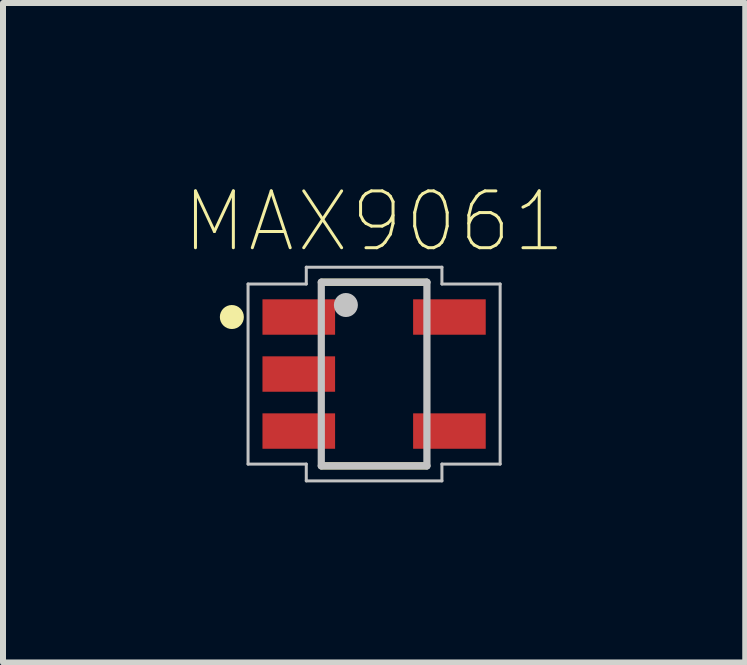
<source format=kicad_pcb>
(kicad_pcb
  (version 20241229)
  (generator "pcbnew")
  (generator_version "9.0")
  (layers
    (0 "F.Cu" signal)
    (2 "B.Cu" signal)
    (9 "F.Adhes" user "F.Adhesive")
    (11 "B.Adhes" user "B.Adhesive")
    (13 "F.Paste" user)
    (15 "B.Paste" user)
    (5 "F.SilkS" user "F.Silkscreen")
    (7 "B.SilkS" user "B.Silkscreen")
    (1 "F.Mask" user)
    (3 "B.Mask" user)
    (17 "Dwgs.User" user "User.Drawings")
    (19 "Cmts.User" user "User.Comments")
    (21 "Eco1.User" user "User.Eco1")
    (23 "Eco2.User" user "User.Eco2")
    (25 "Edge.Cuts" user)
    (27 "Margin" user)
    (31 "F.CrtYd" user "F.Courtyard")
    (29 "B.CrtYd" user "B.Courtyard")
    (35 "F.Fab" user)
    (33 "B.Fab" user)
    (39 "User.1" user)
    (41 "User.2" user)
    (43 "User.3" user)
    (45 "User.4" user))
  (footprint "MAX9061"
    (layer "F.Cu")
    (at 3.183 3.182)
    (property "Reference" "MAX9061" (at 0 -2.54 0) (layer "F.SilkS") (effects (font (size 0.947 0.947) (thickness 0.05))))
    (attr smd)
    (fp_line (start -0.875 -1.53) (end 0.875 -1.53) (stroke (width 0.12) (type solid)) (layer "F.SilkS"))
    (fp_line (start -0.875 1.53) (end 0.875 1.53) (stroke (width 0.12) (type solid)) (layer "F.SilkS"))
    (fp_circle (center -2.37 -0.95) (end -2.27 -0.95) (stroke (width 0.2) (type solid)) (fill no) (layer "F.SilkS"))
    (fp_line (start -2.1 -1.5) (end -2.1 1.5) (stroke (width 0.05) (type solid)) (layer "Dwgs.User"))
    (fp_line (start -2.1 1.5) (end -1.13 1.5) (stroke (width 0.05) (type solid)) (layer "Dwgs.User"))
    (fp_line (start -1.13 -1.78) (end -1.13 -1.5) (stroke (width 0.05) (type solid)) (layer "Dwgs.User"))
    (fp_line (start -1.13 -1.5) (end -2.1 -1.5) (stroke (width 0.05) (type solid)) (layer "Dwgs.User"))
    (fp_line (start -1.13 1.5) (end -1.13 1.78) (stroke (width 0.05) (type solid)) (layer "Dwgs.User"))
    (fp_line (start -1.13 1.78) (end 1.13 1.78) (stroke (width 0.05) (type solid)) (layer "Dwgs.User"))
    (fp_line (start -0.88 -1.53) (end 0.88 -1.53) (stroke (width 0.12) (type solid)) (layer "Dwgs.User"))
    (fp_line (start -0.88 1.53) (end -0.88 -1.53) (stroke (width 0.12) (type solid)) (layer "Dwgs.User"))
    (fp_line (start -0.88 1.53) (end 0.88 1.53) (stroke (width 0.12) (type solid)) (layer "Dwgs.User"))
    (fp_line (start 0.88 -1.53) (end 0.88 1.53) (stroke (width 0.12) (type solid)) (layer "Dwgs.User"))
    (fp_line (start 1.13 -1.78) (end -1.13 -1.78) (stroke (width 0.05) (type solid)) (layer "Dwgs.User"))
    (fp_line (start 1.13 -1.5) (end 1.13 -1.78) (stroke (width 0.05) (type solid)) (layer "Dwgs.User"))
    (fp_line (start 1.13 1.5) (end 2.1 1.5) (stroke (width 0.05) (type solid)) (layer "Dwgs.User"))
    (fp_line (start 1.13 1.78) (end 1.13 1.5) (stroke (width 0.05) (type solid)) (layer "Dwgs.User"))
    (fp_line (start 2.1 -1.5) (end 1.13 -1.5) (stroke (width 0.05) (type solid)) (layer "Dwgs.User"))
    (fp_line (start 2.1 1.5) (end 2.1 -1.5) (stroke (width 0.05) (type solid)) (layer "Dwgs.User"))
    (fp_circle (center -0.47 -1.15) (end -0.37 -1.15) (stroke (width 0.2) (type solid)) (fill no) (layer "Dwgs.User"))
    (pad "1" smd rect (at -1.255 -0.95 180) (size 1.21 0.59) (layers "F.Cu" "F.Mask" "F.Paste"))
    (pad "2" smd rect (at -1.255 0 180) (size 1.21 0.59) (layers "F.Cu" "F.Mask" "F.Paste"))
    (pad "3" smd rect (at -1.255 0.95 180) (size 1.21 0.59) (layers "F.Cu" "F.Mask" "F.Paste"))
    (pad "4" smd rect (at 1.255 0.95) (size 1.21 0.59) (layers "F.Cu" "F.Mask" "F.Paste"))
    (pad "5" smd rect (at 1.255 -0.95) (size 1.21 0.59) (layers "F.Cu" "F.Mask" "F.Paste")))
  (gr_rect
    (start -3 -3)
    (end 9.367 7.987)
    (stroke (width 0.1) (type default))
    (fill no)
    (layer "Edge.Cuts")))
</source>
